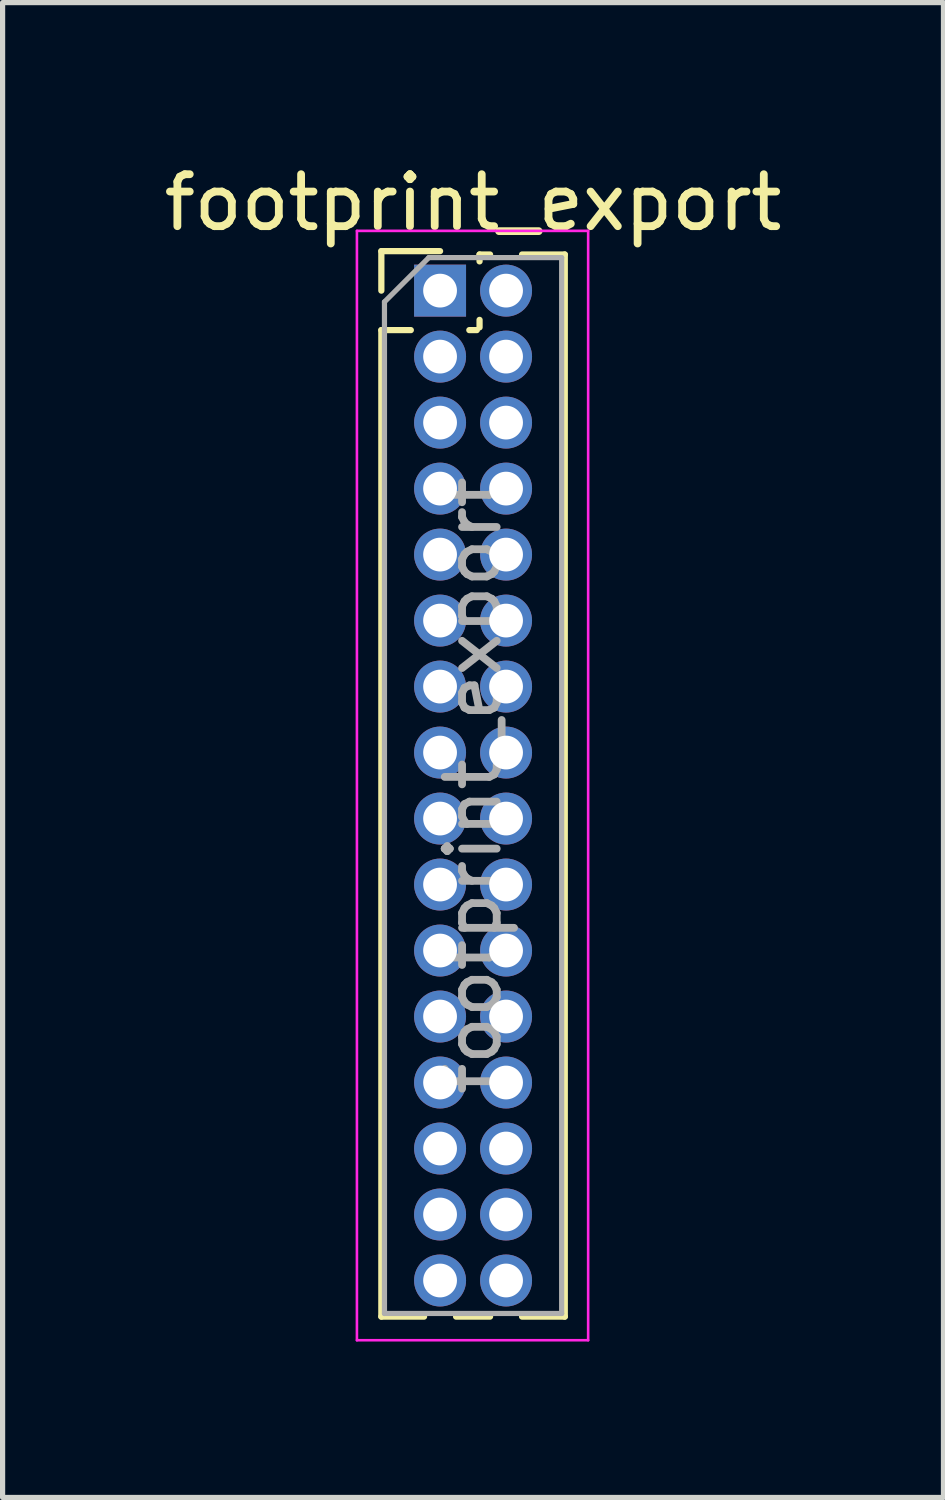
<source format=kicad_pcb>
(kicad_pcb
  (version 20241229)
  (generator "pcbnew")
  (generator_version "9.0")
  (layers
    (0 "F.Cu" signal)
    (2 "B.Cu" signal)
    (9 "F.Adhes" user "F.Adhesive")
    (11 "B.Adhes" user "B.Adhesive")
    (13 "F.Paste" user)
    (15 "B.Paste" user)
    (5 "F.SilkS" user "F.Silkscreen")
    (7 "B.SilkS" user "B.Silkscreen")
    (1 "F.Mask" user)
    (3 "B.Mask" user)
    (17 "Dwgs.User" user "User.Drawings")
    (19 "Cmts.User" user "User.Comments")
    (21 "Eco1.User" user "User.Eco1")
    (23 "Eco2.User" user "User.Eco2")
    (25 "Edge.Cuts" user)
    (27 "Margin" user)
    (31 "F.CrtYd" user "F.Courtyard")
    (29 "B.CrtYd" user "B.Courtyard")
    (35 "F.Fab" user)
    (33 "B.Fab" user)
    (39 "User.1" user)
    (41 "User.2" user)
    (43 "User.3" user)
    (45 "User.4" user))
  (footprint "footprint_export"
    (layer "F.Cu")
    (at 5.419 2.543)
    (property "Reference" "footprint_export" (at 0.635 -1.695 0) (layer "F.SilkS") (effects (font (size 1 1) (thickness 0.15))))
    (attr through_hole)
    (fp_line (start -1.13 -0.76) (end 0 -0.76) (stroke (width 0.12) (type solid)) (layer "F.SilkS"))
    (fp_line (start -1.13 0) (end -1.13 -0.76) (stroke (width 0.12) (type solid)) (layer "F.SilkS"))
    (fp_line (start -1.13 0.76) (end -1.13 19.745) (stroke (width 0.12) (type solid)) (layer "F.SilkS"))
    (fp_line (start -1.13 0.76) (end -0.563 0.76) (stroke (width 0.12) (type solid)) (layer "F.SilkS"))
    (fp_line (start -1.13 19.745) (end -0.308 19.745) (stroke (width 0.12) (type solid)) (layer "F.SilkS"))
    (fp_line (start 0.308 19.745) (end 0.962 19.745) (stroke (width 0.12) (type solid)) (layer "F.SilkS"))
    (fp_line (start 0.563 0.76) (end 0.707 0.76) (stroke (width 0.12) (type solid)) (layer "F.SilkS"))
    (fp_line (start 0.76 -0.695) (end 0.962 -0.695) (stroke (width 0.12) (type solid)) (layer "F.SilkS"))
    (fp_line (start 0.76 -0.563) (end 0.76 -0.695) (stroke (width 0.12) (type solid)) (layer "F.SilkS"))
    (fp_line (start 0.76 0.707) (end 0.76 0.563) (stroke (width 0.12) (type solid)) (layer "F.SilkS"))
    (fp_line (start 1.578 -0.695) (end 2.4 -0.695) (stroke (width 0.12) (type solid)) (layer "F.SilkS"))
    (fp_line (start 1.578 19.745) (end 2.4 19.745) (stroke (width 0.12) (type solid)) (layer "F.SilkS"))
    (fp_line (start 2.4 -0.695) (end 2.4 19.745) (stroke (width 0.12) (type solid)) (layer "F.SilkS"))
    (fp_line (start -1.6 -1.15) (end -1.6 20.2) (stroke (width 0.05) (type solid)) (layer "F.CrtYd"))
    (fp_line (start -1.6 20.2) (end 2.85 20.2) (stroke (width 0.05) (type solid)) (layer "F.CrtYd"))
    (fp_line (start 2.85 -1.15) (end -1.6 -1.15) (stroke (width 0.05) (type solid)) (layer "F.CrtYd"))
    (fp_line (start 2.85 20.2) (end 2.85 -1.15) (stroke (width 0.05) (type solid)) (layer "F.CrtYd"))
    (fp_line (start -1.07 0.217) (end -0.217 -0.635) (stroke (width 0.1) (type solid)) (layer "F.Fab"))
    (fp_line (start -1.07 19.685) (end -1.07 0.217) (stroke (width 0.1) (type solid)) (layer "F.Fab"))
    (fp_line (start -0.217 -0.635) (end 2.34 -0.635) (stroke (width 0.1) (type solid)) (layer "F.Fab"))
    (fp_line (start 2.34 -0.635) (end 2.34 19.685) (stroke (width 0.1) (type solid)) (layer "F.Fab"))
    (fp_line (start 2.34 19.685) (end -1.07 19.685) (stroke (width 0.1) (type solid)) (layer "F.Fab"))
    (fp_text user "${REFERENCE}" (at 0.635 9.525 90) (layer "F.Fab") (effects (font (size 1 1) (thickness 0.15))))
    (pad "1" thru_hole rect (at 0 0) (size 1 1) (drill 0.65) (layers "*.Cu" "*.Mask"))
    (pad "2" thru_hole oval (at 1.27 0) (size 1 1) (drill 0.65) (layers "*.Cu" "*.Mask"))
    (pad "3" thru_hole oval (at 0 1.27) (size 1 1) (drill 0.65) (layers "*.Cu" "*.Mask"))
    (pad "4" thru_hole oval (at 1.27 1.27) (size 1 1) (drill 0.65) (layers "*.Cu" "*.Mask"))
    (pad "5" thru_hole oval (at 0 2.54) (size 1 1) (drill 0.65) (layers "*.Cu" "*.Mask"))
    (pad "6" thru_hole oval (at 1.27 2.54) (size 1 1) (drill 0.65) (layers "*.Cu" "*.Mask"))
    (pad "7" thru_hole oval (at 0 3.81) (size 1 1) (drill 0.65) (layers "*.Cu" "*.Mask"))
    (pad "8" thru_hole oval (at 1.27 3.81) (size 1 1) (drill 0.65) (layers "*.Cu" "*.Mask"))
    (pad "9" thru_hole oval (at 0 5.08) (size 1 1) (drill 0.65) (layers "*.Cu" "*.Mask"))
    (pad "10" thru_hole oval (at 1.27 5.08) (size 1 1) (drill 0.65) (layers "*.Cu" "*.Mask"))
    (pad "11" thru_hole oval (at 0 6.35) (size 1 1) (drill 0.65) (layers "*.Cu" "*.Mask"))
    (pad "12" thru_hole oval (at 1.27 6.35) (size 1 1) (drill 0.65) (layers "*.Cu" "*.Mask"))
    (pad "13" thru_hole oval (at 0 7.62) (size 1 1) (drill 0.65) (layers "*.Cu" "*.Mask"))
    (pad "14" thru_hole oval (at 1.27 7.62) (size 1 1) (drill 0.65) (layers "*.Cu" "*.Mask"))
    (pad "15" thru_hole oval (at 0 8.89) (size 1 1) (drill 0.65) (layers "*.Cu" "*.Mask"))
    (pad "16" thru_hole oval (at 1.27 8.89) (size 1 1) (drill 0.65) (layers "*.Cu" "*.Mask"))
    (pad "17" thru_hole oval (at 0 10.16) (size 1 1) (drill 0.65) (layers "*.Cu" "*.Mask"))
    (pad "18" thru_hole oval (at 1.27 10.16) (size 1 1) (drill 0.65) (layers "*.Cu" "*.Mask"))
    (pad "19" thru_hole oval (at 0 11.43) (size 1 1) (drill 0.65) (layers "*.Cu" "*.Mask"))
    (pad "20" thru_hole oval (at 1.27 11.43) (size 1 1) (drill 0.65) (layers "*.Cu" "*.Mask"))
    (pad "21" thru_hole oval (at 0 12.7) (size 1 1) (drill 0.65) (layers "*.Cu" "*.Mask"))
    (pad "22" thru_hole oval (at 1.27 12.7) (size 1 1) (drill 0.65) (layers "*.Cu" "*.Mask"))
    (pad "23" thru_hole oval (at 0 13.97) (size 1 1) (drill 0.65) (layers "*.Cu" "*.Mask"))
    (pad "24" thru_hole oval (at 1.27 13.97) (size 1 1) (drill 0.65) (layers "*.Cu" "*.Mask"))
    (pad "25" thru_hole oval (at 0 15.24) (size 1 1) (drill 0.65) (layers "*.Cu" "*.Mask"))
    (pad "26" thru_hole oval (at 1.27 15.24) (size 1 1) (drill 0.65) (layers "*.Cu" "*.Mask"))
    (pad "27" thru_hole oval (at 0 16.51) (size 1 1) (drill 0.65) (layers "*.Cu" "*.Mask"))
    (pad "28" thru_hole oval (at 1.27 16.51) (size 1 1) (drill 0.65) (layers "*.Cu" "*.Mask"))
    (pad "29" thru_hole oval (at 0 17.78) (size 1 1) (drill 0.65) (layers "*.Cu" "*.Mask"))
    (pad "30" thru_hole oval (at 1.27 17.78) (size 1 1) (drill 0.65) (layers "*.Cu" "*.Mask"))
    (pad "31" thru_hole oval (at 0 19.05) (size 1 1) (drill 0.65) (layers "*.Cu" "*.Mask"))
    (pad "32" thru_hole oval (at 1.27 19.05) (size 1 1) (drill 0.65) (layers "*.Cu" "*.Mask")))
  (gr_rect
    (start -3 -3)
    (end 15.107 25.768)
    (stroke (width 0.1) (type default))
    (fill no)
    (layer "Edge.Cuts")))
</source>
